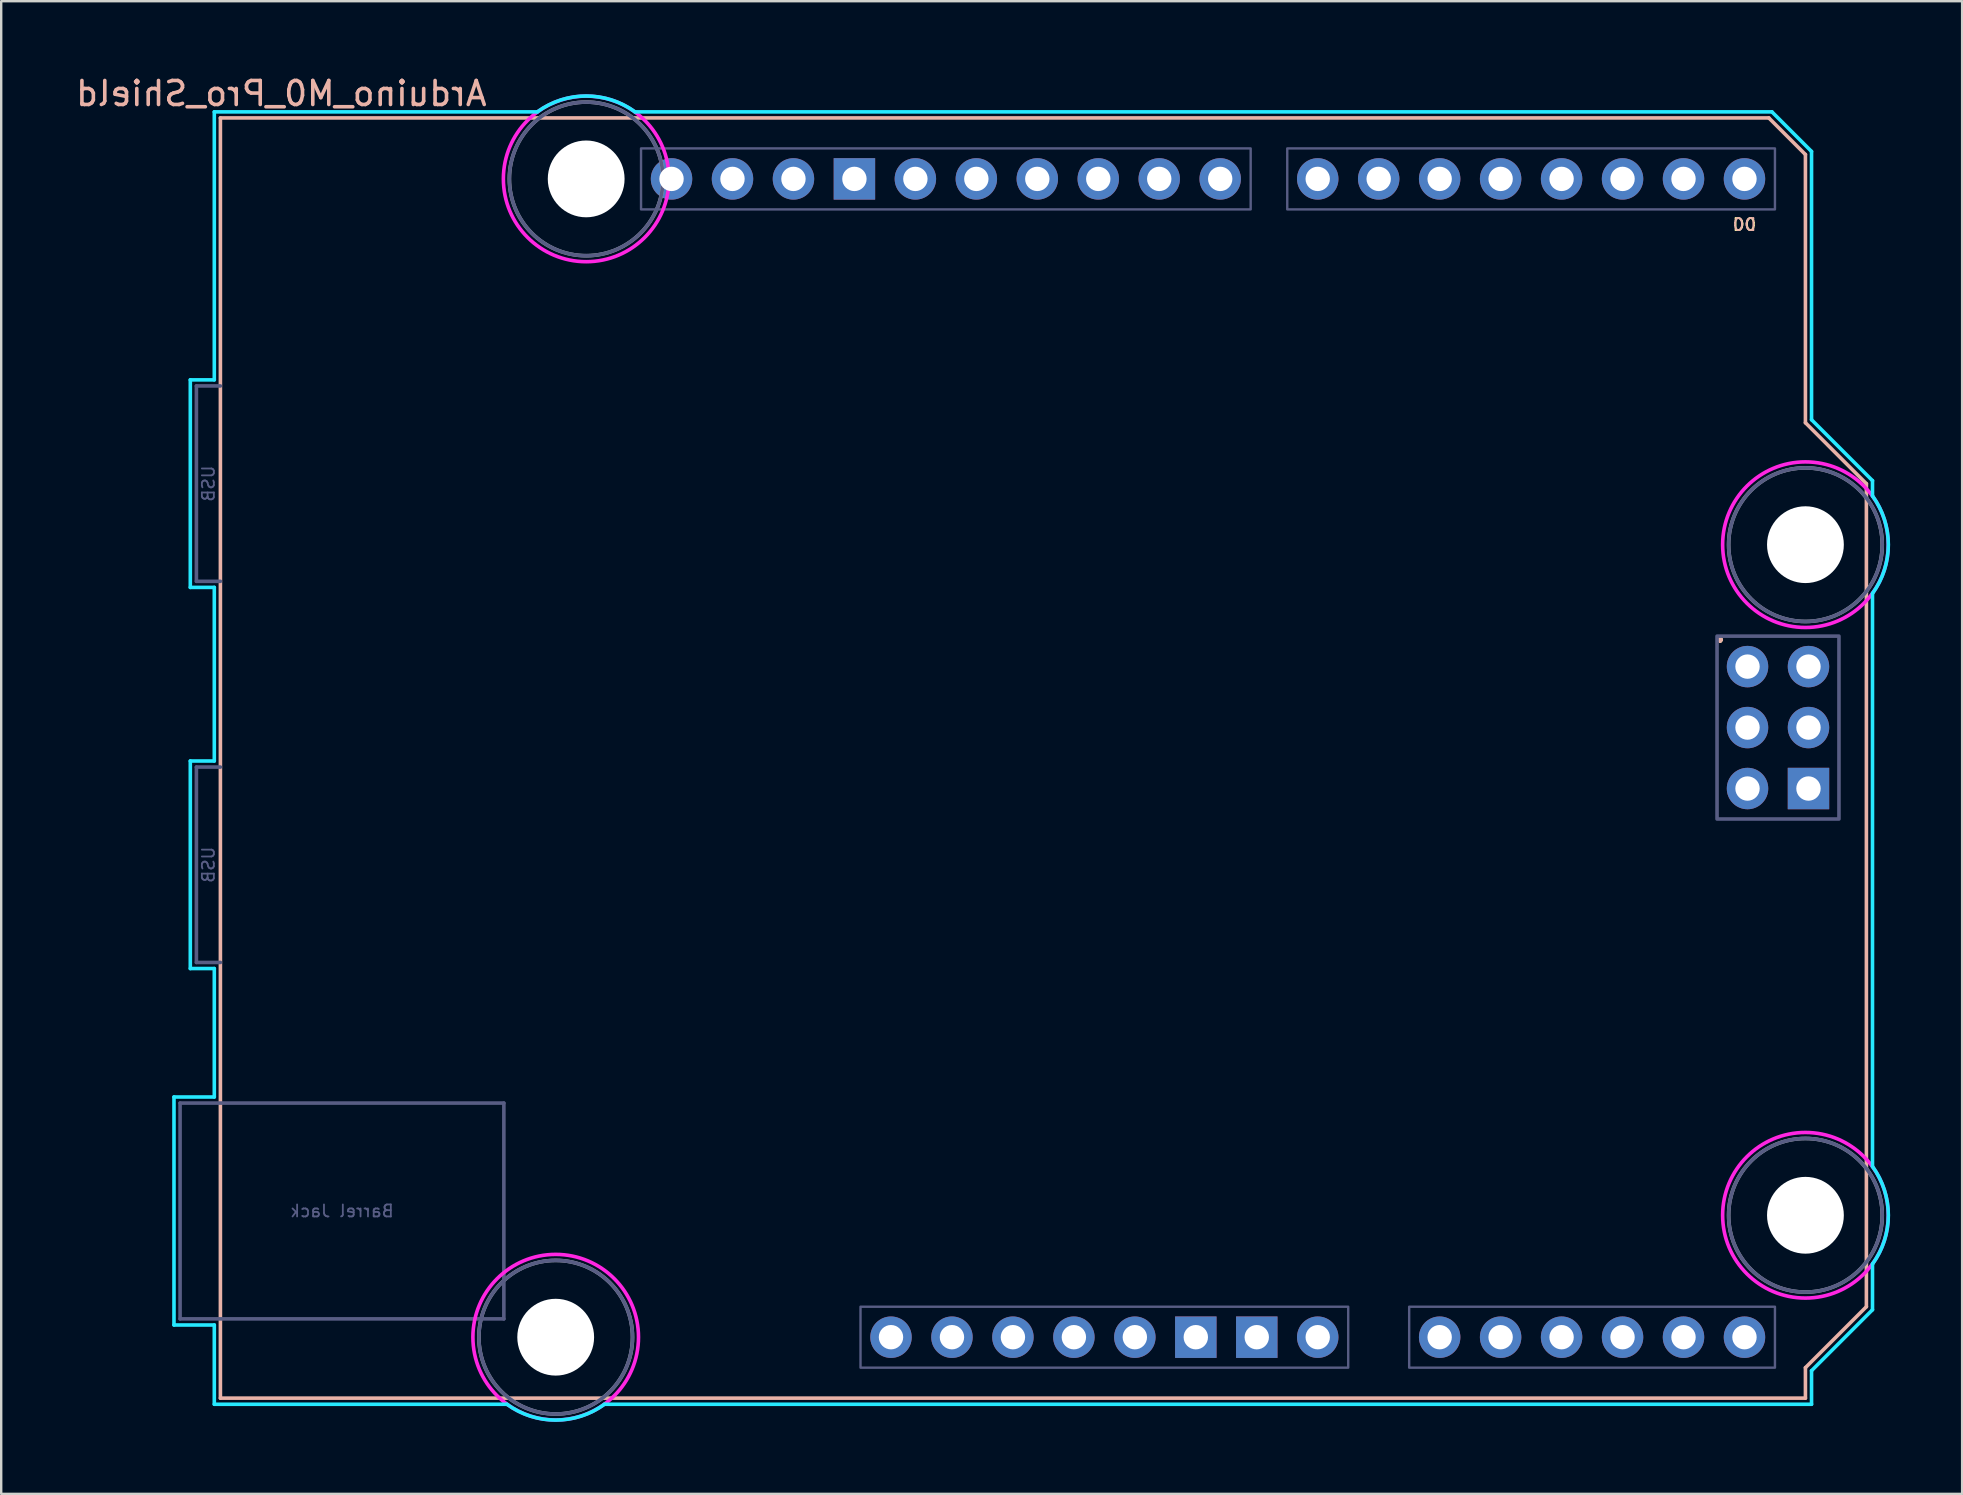
<source format=kicad_pcb>
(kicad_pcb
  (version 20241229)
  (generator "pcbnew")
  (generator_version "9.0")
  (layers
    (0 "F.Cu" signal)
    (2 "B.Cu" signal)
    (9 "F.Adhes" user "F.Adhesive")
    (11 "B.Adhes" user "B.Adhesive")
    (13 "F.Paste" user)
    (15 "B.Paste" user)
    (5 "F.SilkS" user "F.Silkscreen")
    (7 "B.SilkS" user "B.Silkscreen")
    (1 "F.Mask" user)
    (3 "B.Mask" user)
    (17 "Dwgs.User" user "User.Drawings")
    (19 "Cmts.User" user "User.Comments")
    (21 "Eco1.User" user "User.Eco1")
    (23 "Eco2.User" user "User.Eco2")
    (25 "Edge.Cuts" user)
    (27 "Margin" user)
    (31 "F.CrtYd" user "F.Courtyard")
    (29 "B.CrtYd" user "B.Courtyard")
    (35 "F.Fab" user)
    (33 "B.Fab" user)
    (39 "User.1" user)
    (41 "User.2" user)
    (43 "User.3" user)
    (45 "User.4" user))
  (footprint "Arduino_M0_Pro_Shield"
    (layer "F.Cu")
    (at 6.133 55.204)
    (property "Reference" "Arduino_M0_Pro_Shield" (at 2.54 -54.356 0) (layer "B.SilkS") (effects (font (size 1 1) (thickness 0.15)) (justify mirror)))
    (attr through_hole)
    (fp_line (start 0 -53.34) (end 0 0) (stroke (width 0.15) (type solid)) (layer "B.SilkS"))
    (fp_line (start 0 -53.34) (end 64.516 -53.34) (stroke (width 0.15) (type solid)) (layer "B.SilkS"))
    (fp_line (start 0 0) (end 66.04 0) (stroke (width 0.15) (type solid)) (layer "B.SilkS"))
    (fp_line (start 64.516 -53.34) (end 66.04 -51.816) (stroke (width 0.15) (type solid)) (layer "B.SilkS"))
    (fp_line (start 66.04 -40.64) (end 66.04 -51.816) (stroke (width 0.15) (type solid)) (layer "B.SilkS"))
    (fp_line (start 66.04 -1.27) (end 68.58 -3.81) (stroke (width 0.15) (type solid)) (layer "B.SilkS"))
    (fp_line (start 66.04 0) (end 66.04 -1.27) (stroke (width 0.15) (type solid)) (layer "B.SilkS"))
    (fp_line (start 68.58 -38.1) (end 66.04 -40.64) (stroke (width 0.15) (type solid)) (layer "B.SilkS"))
    (fp_line (start 68.58 -3.81) (end 68.58 -38.1) (stroke (width 0.15) (type solid)) (layer "B.SilkS"))
    (fp_line (start -1.934 -12.548) (end -1.934 -3.049) (stroke (width 0.15) (type solid)) (layer "B.CrtYd"))
    (fp_line (start -1.934 -12.548) (end -0.254 -12.548) (stroke (width 0.15) (type solid)) (layer "B.CrtYd"))
    (fp_line (start -1.934 -3.049) (end -0.254 -3.049) (stroke (width 0.15) (type solid)) (layer "B.CrtYd"))
    (fp_line (start -1.254 -42.428) (end -0.254 -42.428) (stroke (width 0.15) (type solid)) (layer "B.CrtYd"))
    (fp_line (start -1.254 -33.78) (end -1.254 -42.428) (stroke (width 0.15) (type solid)) (layer "B.CrtYd"))
    (fp_line (start -1.254 -33.78) (end -0.254 -33.78) (stroke (width 0.15) (type solid)) (layer "B.CrtYd"))
    (fp_line (start -1.254 -26.548) (end -0.254 -26.548) (stroke (width 0.15) (type solid)) (layer "B.CrtYd"))
    (fp_line (start -1.254 -17.9) (end -1.254 -26.548) (stroke (width 0.15) (type solid)) (layer "B.CrtYd"))
    (fp_line (start -1.254 -17.9) (end -0.254 -17.9) (stroke (width 0.15) (type solid)) (layer "B.CrtYd"))
    (fp_line (start -0.254 -53.594) (end -0.254 -42.428) (stroke (width 0.15) (type solid)) (layer "B.CrtYd"))
    (fp_line (start -0.254 -33.78) (end -0.254 -26.548) (stroke (width 0.15) (type solid)) (layer "B.CrtYd"))
    (fp_line (start -0.254 -17.9) (end -0.254 -12.548) (stroke (width 0.15) (type solid)) (layer "B.CrtYd"))
    (fp_line (start -0.254 -3.049) (end -0.254 0.254) (stroke (width 0.15) (type solid)) (layer "B.CrtYd"))
    (fp_line (start 11.938 0.254) (end -0.254 0.254) (stroke (width 0.15) (type solid)) (layer "B.CrtYd"))
    (fp_line (start 13.208 -53.594) (end -0.254 -53.594) (stroke (width 0.15) (type solid)) (layer "B.CrtYd"))
    (fp_line (start 16.002 0.254) (end 66.294 0.254) (stroke (width 0.15) (type solid)) (layer "B.CrtYd"))
    (fp_line (start 17.272 -53.594) (end 64.643 -53.594) (stroke (width 0.15) (type solid)) (layer "B.CrtYd"))
    (fp_line (start 64.643 -53.594) (end 66.294 -51.943) (stroke (width 0.15) (type solid)) (layer "B.CrtYd"))
    (fp_line (start 66.294 -40.767) (end 66.294 -51.943) (stroke (width 0.15) (type solid)) (layer "B.CrtYd"))
    (fp_line (start 66.294 -1.143) (end 68.834 -3.683) (stroke (width 0.15) (type solid)) (layer "B.CrtYd"))
    (fp_line (start 66.294 0.254) (end 66.294 -1.143) (stroke (width 0.15) (type solid)) (layer "B.CrtYd"))
    (fp_line (start 68.834 -38.227) (end 66.294 -40.767) (stroke (width 0.15) (type solid)) (layer "B.CrtYd"))
    (fp_line (start 68.834 -38.227) (end 68.834 -37.592) (stroke (width 0.15) (type solid)) (layer "B.CrtYd"))
    (fp_line (start 68.834 -9.652) (end 68.834 -33.528) (stroke (width 0.15) (type solid)) (layer "B.CrtYd"))
    (fp_line (start 68.834 -5.588) (end 68.834 -3.683) (stroke (width 0.15) (type solid)) (layer "B.CrtYd"))
    (fp_arc (start 13.208 -53.594) (mid 15.24 -54.254237) (end 17.272 -53.594) (stroke (width 0.15) (type solid)) (layer "B.CrtYd"))
    (fp_arc (start 16.002 0.254) (mid 13.97 0.914237) (end 11.938 0.254) (stroke (width 0.15) (type solid)) (layer "B.CrtYd"))
    (fp_arc (start 68.834 -37.592) (mid 69.494237 -35.56) (end 68.834 -33.528) (stroke (width 0.15) (type solid)) (layer "B.CrtYd"))
    (fp_arc (start 68.834 -9.652) (mid 69.494237 -7.62) (end 68.834 -5.588) (stroke (width 0.15) (type solid)) (layer "B.CrtYd"))
    (fp_circle (center 13.97 -2.54) (end 17.42 -2.54) (stroke (width 0.15) (type solid)) (fill no) (layer "F.CrtYd"))
    (fp_circle (center 15.24 -50.8) (end 18.69 -50.8) (stroke (width 0.15) (type solid)) (fill no) (layer "F.CrtYd"))
    (fp_circle (center 66.04 -35.56) (end 69.49 -35.56) (stroke (width 0.15) (type solid)) (fill no) (layer "F.CrtYd"))
    (fp_circle (center 66.04 -7.62) (end 69.49 -7.62) (stroke (width 0.15) (type solid)) (fill no) (layer "F.CrtYd"))
    (fp_line (start -1.68 -12.294) (end -1.68 -3.303) (stroke (width 0.15) (type solid)) (layer "B.Fab"))
    (fp_line (start -1.68 -12.294) (end 11.81 -12.294) (stroke (width 0.15) (type solid)) (layer "B.Fab"))
    (fp_line (start -1.68 -3.303) (end 11.81 -3.303) (stroke (width 0.15) (type solid)) (layer "B.Fab"))
    (fp_line (start -1 -42.174) (end 0 -42.174) (stroke (width 0.15) (type solid)) (layer "B.Fab"))
    (fp_line (start -1 -34.034) (end -1 -42.174) (stroke (width 0.15) (type solid)) (layer "B.Fab"))
    (fp_line (start -1 -26.294) (end 0 -26.294) (stroke (width 0.15) (type solid)) (layer "B.Fab"))
    (fp_line (start -1 -18.154) (end -1 -26.294) (stroke (width 0.15) (type solid)) (layer "B.Fab"))
    (fp_line (start 0 -34.034) (end -1 -34.034) (stroke (width 0.15) (type solid)) (layer "B.Fab"))
    (fp_line (start 0 -18.154) (end -1 -18.154) (stroke (width 0.15) (type solid)) (layer "B.Fab"))
    (fp_line (start 11.81 -12.294) (end 11.81 -3.303) (stroke (width 0.15) (type solid)) (layer "B.Fab"))
    (fp_rect (start 17.526 -52.07) (end 42.926 -49.53) (stroke (width 0.1) (type solid)) (fill no) (layer "B.Fab"))
    (fp_rect (start 26.67 -3.81) (end 46.99 -1.27) (stroke (width 0.1) (type solid)) (fill no) (layer "B.Fab"))
    (fp_rect (start 44.45 -52.07) (end 64.77 -49.53) (stroke (width 0.1) (type solid)) (fill no) (layer "B.Fab"))
    (fp_rect (start 49.53 -3.81) (end 64.77 -1.27) (stroke (width 0.1) (type solid)) (fill no) (layer "B.Fab"))
    (fp_rect (start 62.357 -31.75) (end 67.437 -24.13) (stroke (width 0.15) (type solid)) (fill no) (layer "B.Fab"))
    (fp_circle (center 13.97 -2.54) (end 17.17 -2.54) (stroke (width 0.15) (type solid)) (fill no) (layer "B.Fab"))
    (fp_circle (center 15.24 -50.8) (end 18.44 -50.8) (stroke (width 0.15) (type solid)) (fill no) (layer "B.Fab"))
    (fp_circle (center 66.04 -35.56) (end 69.24 -35.56) (stroke (width 0.15) (type solid)) (fill no) (layer "B.Fab"))
    (fp_circle (center 66.04 -7.62) (end 69.24 -7.62) (stroke (width 0.15) (type solid)) (fill no) (layer "B.Fab"))
    (fp_circle (center 13.97 -2.54) (end 17.17 -2.54) (stroke (width 0.15) (type solid)) (fill no) (layer "F.Fab"))
    (fp_circle (center 15.24 -50.8) (end 18.44 -50.8) (stroke (width 0.15) (type solid)) (fill no) (layer "F.Fab"))
    (fp_circle (center 66.04 -35.56) (end 69.24 -35.56) (stroke (width 0.15) (type solid)) (fill no) (layer "F.Fab"))
    (fp_circle (center 66.04 -7.62) (end 69.24 -7.62) (stroke (width 0.15) (type solid)) (fill no) (layer "F.Fab"))
    (fp_text user "D0" (at 63.5 -48.895 0) (unlocked yes) (layer "F.SilkS") (effects (font (size 0.5 0.5) (thickness 0.075))))
    (fp_text user "." (at 62.484 -32.004 0) (layer "F.SilkS") (effects (font (size 1 1) (thickness 0.15)) (justify mirror)))
    (fp_text user "." (at 62.484 -32.004 0) (layer "B.SilkS") (effects (font (size 1 1) (thickness 0.15)) (justify mirror)))
    (fp_text user "D0" (at 63.5 -48.895 0) (unlocked yes) (layer "B.SilkS") (effects (font (size 0.5 0.5) (thickness 0.075)) (justify mirror)))
    (fp_text user "USB" (at -0.5 -22.224 270) (layer "B.Fab") (effects (font (size 0.5 0.5) (thickness 0.075)) (justify mirror)))
    (fp_text user "Barrel Jack" (at 5.065 -7.798 0) (layer "B.Fab") (effects (font (size 0.5 0.5) (thickness 0.075)) (justify mirror)))
    (fp_text user "USB" (at -0.5 -38.104 270) (layer "B.Fab") (effects (font (size 0.5 0.5) (thickness 0.075)) (justify mirror)))
    (pad "" np_thru_hole circle (at 13.97 -2.54) (size 3.2 3.2) (drill 3.2) (layers "*.Cu" "*.Mask"))
    (pad "" np_thru_hole circle (at 15.24 -50.8) (size 3.2 3.2) (drill 3.2) (layers "*.Cu" "*.Mask"))
    (pad "" thru_hole oval (at 27.94 -2.54) (size 1.727 1.727) (drill 1.016) (layers "*.Cu" "*.Mask"))
    (pad "" np_thru_hole circle (at 66.04 -35.56) (size 3.2 3.2) (drill 3.2) (layers "*.Cu" "*.Mask"))
    (pad "" np_thru_hole circle (at 66.04 -7.62) (size 3.2 3.2) (drill 3.2) (layers "*.Cu" "*.Mask"))
    (pad "3V3" thru_hole oval (at 35.56 -2.54) (size 1.727 1.727) (drill 1.016) (layers "*.Cu" "*.Mask"))
    (pad "5V1" thru_hole oval (at 38.1 -2.54) (size 1.727 1.727) (drill 1.016) (layers "*.Cu" "*.Mask"))
    (pad "5V2" thru_hole oval (at 66.167 -30.48) (size 1.727 1.727) (drill 1.016) (layers "*.Cu" "*.Mask"))
    (pad "A0" thru_hole oval (at 50.8 -2.54) (size 1.727 1.727) (drill 1.016) (layers "*.Cu" "*.Mask"))
    (pad "A1" thru_hole oval (at 53.34 -2.54) (size 1.727 1.727) (drill 1.016) (layers "*.Cu" "*.Mask"))
    (pad "A2" thru_hole oval (at 55.88 -2.54) (size 1.727 1.727) (drill 1.016) (layers "*.Cu" "*.Mask"))
    (pad "A3" thru_hole oval (at 58.42 -2.54) (size 1.727 1.727) (drill 1.016) (layers "*.Cu" "*.Mask"))
    (pad "A4" thru_hole oval (at 60.96 -2.54) (size 1.727 1.727) (drill 1.016) (layers "*.Cu" "*.Mask"))
    (pad "A5" thru_hole oval (at 63.5 -2.54) (size 1.727 1.727) (drill 1.016) (layers "*.Cu" "*.Mask"))
    (pad "AREF" thru_hole oval (at 23.876 -50.8) (size 1.727 1.727) (drill 1.016) (layers "*.Cu" "*.Mask"))
    (pad "D0" thru_hole oval (at 63.5 -50.8) (size 1.727 1.727) (drill 1.016) (layers "*.Cu" "*.Mask"))
    (pad "D1" thru_hole oval (at 60.96 -50.8) (size 1.727 1.727) (drill 1.016) (layers "*.Cu" "*.Mask"))
    (pad "D2" thru_hole oval (at 58.42 -50.8) (size 1.727 1.727) (drill 1.016) (layers "*.Cu" "*.Mask"))
    (pad "D3" thru_hole oval (at 55.88 -50.8) (size 1.727 1.727) (drill 1.016) (layers "*.Cu" "*.Mask"))
    (pad "D4" thru_hole oval (at 53.34 -50.8) (size 1.727 1.727) (drill 1.016) (layers "*.Cu" "*.Mask"))
    (pad "D5" thru_hole oval (at 50.8 -50.8) (size 1.727 1.727) (drill 1.016) (layers "*.Cu" "*.Mask"))
    (pad "D6" thru_hole oval (at 48.26 -50.8) (size 1.727 1.727) (drill 1.016) (layers "*.Cu" "*.Mask"))
    (pad "D7" thru_hole oval (at 45.72 -50.8) (size 1.727 1.727) (drill 1.016) (layers "*.Cu" "*.Mask"))
    (pad "D8" thru_hole oval (at 41.656 -50.8) (size 1.727 1.727) (drill 1.016) (layers "*.Cu" "*.Mask"))
    (pad "D9" thru_hole oval (at 39.116 -50.8) (size 1.727 1.727) (drill 1.016) (layers "*.Cu" "*.Mask"))
    (pad "D10" thru_hole oval (at 36.576 -50.8) (size 1.727 1.727) (drill 1.016) (layers "*.Cu" "*.Mask"))
    (pad "D11" thru_hole oval (at 34.036 -50.8) (size 1.727 1.727) (drill 1.016) (layers "*.Cu" "*.Mask"))
    (pad "D12" thru_hole oval (at 31.496 -50.8) (size 1.727 1.727) (drill 1.016) (layers "*.Cu" "*.Mask"))
    (pad "D13" thru_hole oval (at 28.956 -50.8) (size 1.727 1.727) (drill 1.016) (layers "*.Cu" "*.Mask"))
    (pad "GND1" thru_hole rect (at 26.416 -50.8) (size 1.727 1.727) (drill 1.016) (layers "*.Cu" "*.Mask"))
    (pad "GND2" thru_hole rect (at 40.64 -2.54) (size 1.727 1.727) (drill 1.016) (layers "*.Cu" "*.Mask"))
    (pad "GND3" thru_hole rect (at 43.18 -2.54) (size 1.727 1.727) (drill 1.016) (layers "*.Cu" "*.Mask"))
    (pad "GND4" thru_hole rect (at 66.167 -25.4) (size 1.727 1.727) (drill 1.016) (layers "*.Cu" "*.Mask"))
    (pad "IORF" thru_hole oval (at 30.48 -2.54) (size 1.727 1.727) (drill 1.016) (layers "*.Cu" "*.Mask"))
    (pad "MISO" thru_hole oval (at 63.627 -30.48) (size 1.727 1.727) (drill 1.016) (layers "*.Cu" "*.Mask"))
    (pad "MOSI" thru_hole oval (at 66.167 -27.94) (size 1.727 1.727) (drill 1.016) (layers "*.Cu" "*.Mask"))
    (pad "RST1" thru_hole oval (at 33.02 -2.54) (size 1.727 1.727) (drill 1.016) (layers "*.Cu" "*.Mask"))
    (pad "RST2" thru_hole oval (at 63.627 -25.4) (size 1.727 1.727) (drill 1.016) (layers "*.Cu" "*.Mask"))
    (pad "SCK" thru_hole oval (at 63.627 -27.94) (size 1.727 1.727) (drill 1.016) (layers "*.Cu" "*.Mask"))
    (pad "SCL" thru_hole oval (at 18.796 -50.8) (size 1.727 1.727) (drill 1.016) (layers "*.Cu" "*.Mask"))
    (pad "SDA" thru_hole oval (at 21.336 -50.8) (size 1.727 1.727) (drill 1.016) (layers "*.Cu" "*.Mask"))
    (pad "VIN" thru_hole oval (at 45.72 -2.54) (size 1.727 1.727) (drill 1.016) (layers "*.Cu" "*.Mask")))
  (gr_rect
    (start -3 -3)
    (end 78.702 59.193)
    (stroke (width 0.1) (type default))
    (fill no)
    (layer "Edge.Cuts")))
</source>
